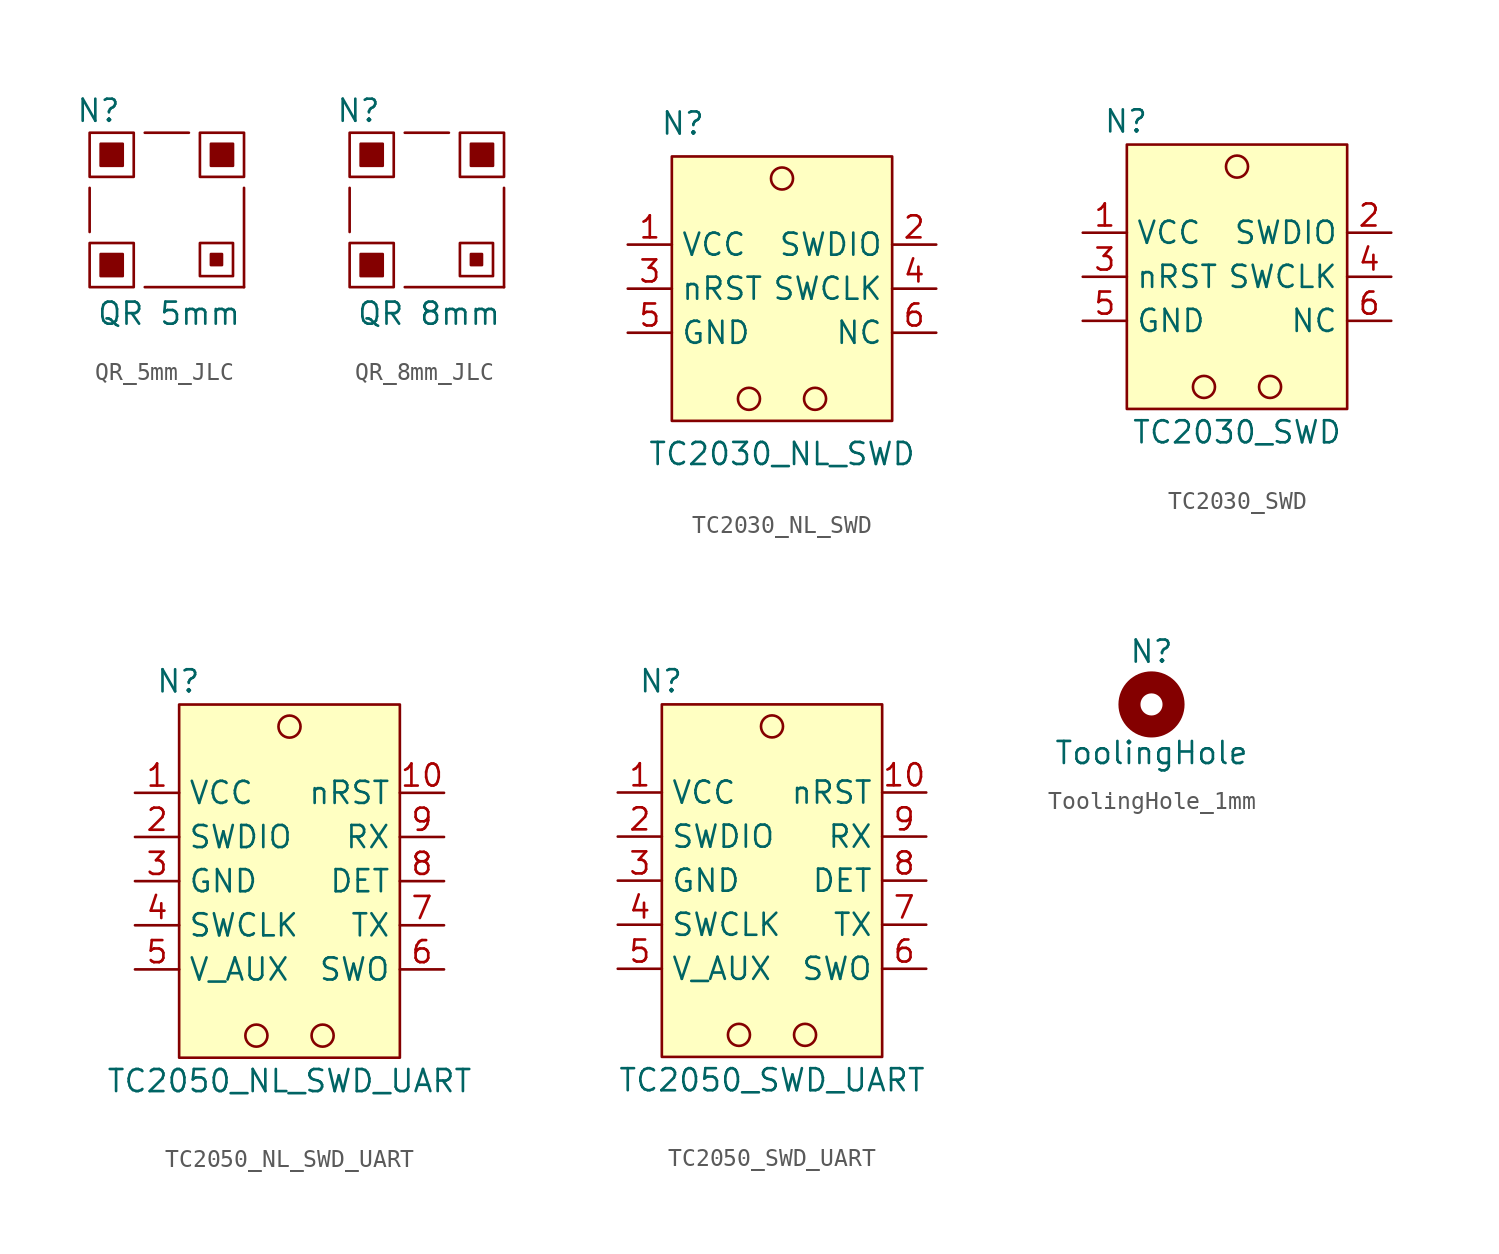
<source format=kicad_sym>
(kicad_symbol_lib
  (version 20231120)
  (generator "kicad_symbol_editor")
  (generator_version "8.0")
  (symbol "QR_5mm_JLC"
    (property "Reference" "N"
      (at 0.508 10.16 0)
      (effects (font (size 1.27 1.27))))
    (property "Value" "QR 5mm"
      (at 4.572 -1.524 0)
      (effects (font (size 1.27 1.27))))
    (symbol "QR_5mm_JLC_0_1"
      (rectangle (start 0 2.54) (end 2.54 0) (stroke (width 0) (type default)) (fill (type none)))
      (rectangle (start 0 8.89) (end 2.54 6.35) (stroke (width 0) (type default)) (fill (type none)))
      (rectangle (start 6.35 2.54) (end 8.255 0.635) (stroke (width 0) (type default)) (fill (type none)))
      (rectangle (start 6.35 8.89) (end 8.89 6.35) (stroke (width 0) (type default)) (fill (type none))))
    (symbol "QR_5mm_JLC_1_1"
      (polyline (pts (xy 0 5.715) (xy 0 3.175)) (stroke (width 0) (type default)) (fill (type none)))
      (polyline (pts (xy 3.175 8.89) (xy 5.715 8.89)) (stroke (width 0) (type default)) (fill (type none)))
      (polyline (pts (xy 8.89 0) (xy 3.175 0)) (stroke (width 0) (type default)) (fill (type none)))
      (polyline (pts (xy 8.89 5.715) (xy 8.89 0)) (stroke (width 0) (type default)) (fill (type none)))
      (rectangle (start 0.635 1.905) (end 1.905 0.635) (stroke (width 0) (type default)) (fill (type outline)))
      (rectangle (start 0.635 8.255) (end 1.905 6.985) (stroke (width 0) (type default)) (fill (type outline)))
      (rectangle (start 6.985 1.905) (end 7.62 1.27) (stroke (width 0) (type default)) (fill (type outline)))
      (rectangle (start 6.985 8.255) (end 8.255 6.985) (stroke (width 0) (type default)) (fill (type outline)))))
  (symbol "QR_8mm_JLC"
    (property "Reference" "N"
      (at 0.508 10.16 0)
      (effects (font (size 1.27 1.27))))
    (property "Value" "QR 8mm"
      (at 4.572 -1.524 0)
      (effects (font (size 1.27 1.27))))
    (symbol "QR_8mm_JLC_0_1"
      (rectangle (start 0 2.54) (end 2.54 0) (stroke (width 0) (type default)) (fill (type none)))
      (rectangle (start 0 8.89) (end 2.54 6.35) (stroke (width 0) (type default)) (fill (type none)))
      (rectangle (start 6.35 2.54) (end 8.255 0.635) (stroke (width 0) (type default)) (fill (type none)))
      (rectangle (start 6.35 8.89) (end 8.89 6.35) (stroke (width 0) (type default)) (fill (type none))))
    (symbol "QR_8mm_JLC_1_1"
      (polyline (pts (xy 0 5.715) (xy 0 3.175)) (stroke (width 0) (type default)) (fill (type none)))
      (polyline (pts (xy 3.175 8.89) (xy 5.715 8.89)) (stroke (width 0) (type default)) (fill (type none)))
      (polyline (pts (xy 8.89 0) (xy 3.175 0)) (stroke (width 0) (type default)) (fill (type none)))
      (polyline (pts (xy 8.89 5.715) (xy 8.89 0)) (stroke (width 0) (type default)) (fill (type none)))
      (rectangle (start 0.635 1.905) (end 1.905 0.635) (stroke (width 0) (type default)) (fill (type outline)))
      (rectangle (start 0.635 8.255) (end 1.905 6.985) (stroke (width 0) (type default)) (fill (type outline)))
      (rectangle (start 6.985 1.905) (end 7.62 1.27) (stroke (width 0) (type default)) (fill (type outline)))
      (rectangle (start 6.985 8.255) (end 8.255 6.985) (stroke (width 0) (type default)) (fill (type outline)))))
  (symbol "TC2030_NL_SWD"
    (property "Reference" "N"
      (at -5.715 9.525 0)
      (effects (font (size 1.27 1.27))))
    (property "Value" "TC2030_NL_SWD"
      (at 0 -9.525 0)
      (effects (font (size 1.27 1.27))))
    (symbol "TC2030_NL_SWD_0_1"
      (rectangle (start -6.35 7.62) (end 6.35 -7.62) (stroke (width 0.152) (type default)) (fill (type background)))
      (circle (center -1.905 -6.35) (radius 0.635) (stroke (width 0.152) (type default)) (fill (type none)))
      (circle (center 0 6.35) (radius 0.635) (stroke (width 0.152) (type default)) (fill (type none)))
      (circle (center 1.905 -6.35) (radius 0.635) (stroke (width 0.152) (type default)) (fill (type none))))
    (symbol "TC2030_NL_SWD_1_1"
      (pin power_in line (at -8.89 2.54 0) (length 2.54) (name "VCC" (effects (font (size 1.27 1.27)))) (number "1" (effects (font (size 1.27 1.27)))))
      (pin bidirectional line (at 8.89 2.54 180) (length 2.54) (name "SWDIO" (effects (font (size 1.27 1.27)))) (number "2" (effects (font (size 1.27 1.27)))))
      (pin output line (at -8.89 0 0) (length 2.54) (name "nRST" (effects (font (size 1.27 1.27)))) (number "3" (effects (font (size 1.27 1.27)))))
      (pin bidirectional line (at 8.89 0 180) (length 2.54) (name "SWCLK" (effects (font (size 1.27 1.27)))) (number "4" (effects (font (size 1.27 1.27)))))
      (pin power_in line (at -8.89 -2.54 0) (length 2.54) (name "GND" (effects (font (size 1.27 1.27)))) (number "5" (effects (font (size 1.27 1.27)))))
      (pin free line (at 8.89 -2.54 180) (length 2.54) (name "NC" (effects (font (size 1.27 1.27)))) (number "6" (effects (font (size 1.27 1.27)))))))
  (symbol "TC2030_SWD"
    (property "Reference" "N"
      (at -6.4 8.96 0)
      (effects (font (size 1.27 1.27))))
    (property "Value" "TC2030_SWD"
      (at 0 -8.96 0)
      (effects (font (size 1.27 1.27))))
    (symbol "TC2030_SWD_0_1"
      (rectangle (start -6.35 7.62) (end 6.35 -7.62) (stroke (width 0.152) (type default)) (fill (type background)))
      (circle (center -1.905 -6.35) (radius 0.635) (stroke (width 0.152) (type default)) (fill (type none)))
      (circle (center 0 6.35) (radius 0.635) (stroke (width 0.152) (type default)) (fill (type none)))
      (circle (center 1.905 -6.35) (radius 0.635) (stroke (width 0.152) (type default)) (fill (type none))))
    (symbol "TC2030_SWD_1_1"
      (pin power_in line (at -8.89 2.54 0) (length 2.54) (name "VCC" (effects (font (size 1.27 1.27)))) (number "1" (effects (font (size 1.27 1.27)))))
      (pin bidirectional line (at 8.89 2.54 180) (length 2.54) (name "SWDIO" (effects (font (size 1.27 1.27)))) (number "2" (effects (font (size 1.27 1.27)))))
      (pin output line (at -8.89 0 0) (length 2.54) (name "nRST" (effects (font (size 1.27 1.27)))) (number "3" (effects (font (size 1.27 1.27)))))
      (pin bidirectional line (at 8.89 0 180) (length 2.54) (name "SWCLK" (effects (font (size 1.27 1.27)))) (number "4" (effects (font (size 1.27 1.27)))))
      (pin power_in line (at -8.89 -2.54 0) (length 2.54) (name "GND" (effects (font (size 1.27 1.27)))) (number "5" (effects (font (size 1.27 1.27)))))
      (pin free line (at 8.89 -2.54 180) (length 2.54) (name "NC" (effects (font (size 1.27 1.27)))) (number "6" (effects (font (size 1.27 1.27)))))))
  (symbol "TC2050_NL_SWD_UART"
    (property "Reference" "N"
      (at -6.4 11.5 0)
      (effects (font (size 1.27 1.27))))
    (property "Value" "TC2050_NL_SWD_UART"
      (at 0 -11.5 0)
      (effects (font (size 1.27 1.27))))
    (symbol "TC2050_NL_SWD_UART_0_1"
      (rectangle (start -6.35 10.16) (end 6.35 -10.16) (stroke (width 0.152) (type default)) (fill (type background)))
      (circle (center -1.905 -8.89) (radius 0.635) (stroke (width 0.152) (type default)) (fill (type none)))
      (circle (center 0 8.89) (radius 0.635) (stroke (width 0.152) (type default)) (fill (type none)))
      (circle (center 1.905 -8.89) (radius 0.635) (stroke (width 0.152) (type default)) (fill (type none))))
    (symbol "TC2050_NL_SWD_UART_1_1"
      (pin power_in line (at -8.89 5.08 0) (length 2.54) (name "VCC" (effects (font (size 1.27 1.27)))) (number "1" (effects (font (size 1.27 1.27)))))
      (pin output line (at 8.89 5.08 180) (length 2.54) (name "nRST" (effects (font (size 1.27 1.27)))) (number "10" (effects (font (size 1.27 1.27)))))
      (pin bidirectional line (at -8.89 2.54 0) (length 2.54) (name "SWDIO" (effects (font (size 1.27 1.27)))) (number "2" (effects (font (size 1.27 1.27)))))
      (pin power_in line (at -8.89 0 0) (length 2.54) (name "GND" (effects (font (size 1.27 1.27)))) (number "3" (effects (font (size 1.27 1.27)))))
      (pin bidirectional line (at -8.89 -2.54 0) (length 2.54) (name "SWCLK" (effects (font (size 1.27 1.27)))) (number "4" (effects (font (size 1.27 1.27)))))
      (pin power_out line (at -8.89 -5.08 0) (length 2.54) (name "V_AUX" (effects (font (size 1.27 1.27)))) (number "5" (effects (font (size 1.27 1.27)))))
      (pin bidirectional line (at 8.89 -5.08 180) (length 2.54) (name "SWO" (effects (font (size 1.27 1.27)))) (number "6" (effects (font (size 1.27 1.27)))))
      (pin output line (at 8.89 -2.54 180) (length 2.54) (name "TX" (effects (font (size 1.27 1.27)))) (number "7" (effects (font (size 1.27 1.27)))))
      (pin output line (at 8.89 0 180) (length 2.54) (name "DET" (effects (font (size 1.27 1.27)))) (number "8" (effects (font (size 1.27 1.27)))))
      (pin input line (at 8.89 2.54 180) (length 2.54) (name "RX" (effects (font (size 1.27 1.27)))) (number "9" (effects (font (size 1.27 1.27)))))))
  (symbol "TC2050_SWD_UART"
    (property "Reference" "N"
      (at -6.4 11.5 0)
      (effects (font (size 1.27 1.27))))
    (property "Value" "TC2050_SWD_UART"
      (at 0 -11.5 0)
      (effects (font (size 1.27 1.27))))
    (symbol "TC2050_SWD_UART_0_1"
      (rectangle (start -6.35 10.16) (end 6.35 -10.16) (stroke (width 0.152) (type default)) (fill (type background)))
      (circle (center -1.905 -8.89) (radius 0.635) (stroke (width 0.152) (type default)) (fill (type none)))
      (circle (center 0 8.89) (radius 0.635) (stroke (width 0.152) (type default)) (fill (type none)))
      (circle (center 1.905 -8.89) (radius 0.635) (stroke (width 0.152) (type default)) (fill (type none))))
    (symbol "TC2050_SWD_UART_1_1"
      (pin power_in line (at -8.89 5.08 0) (length 2.54) (name "VCC" (effects (font (size 1.27 1.27)))) (number "1" (effects (font (size 1.27 1.27)))))
      (pin output line (at 8.89 5.08 180) (length 2.54) (name "nRST" (effects (font (size 1.27 1.27)))) (number "10" (effects (font (size 1.27 1.27)))))
      (pin bidirectional line (at -8.89 2.54 0) (length 2.54) (name "SWDIO" (effects (font (size 1.27 1.27)))) (number "2" (effects (font (size 1.27 1.27)))))
      (pin power_in line (at -8.89 0 0) (length 2.54) (name "GND" (effects (font (size 1.27 1.27)))) (number "3" (effects (font (size 1.27 1.27)))))
      (pin bidirectional line (at -8.89 -2.54 0) (length 2.54) (name "SWCLK" (effects (font (size 1.27 1.27)))) (number "4" (effects (font (size 1.27 1.27)))))
      (pin power_out line (at -8.89 -5.08 0) (length 2.54) (name "V_AUX" (effects (font (size 1.27 1.27)))) (number "5" (effects (font (size 1.27 1.27)))))
      (pin bidirectional line (at 8.89 -5.08 180) (length 2.54) (name "SWO" (effects (font (size 1.27 1.27)))) (number "6" (effects (font (size 1.27 1.27)))))
      (pin output line (at 8.89 -2.54 180) (length 2.54) (name "TX" (effects (font (size 1.27 1.27)))) (number "7" (effects (font (size 1.27 1.27)))))
      (pin output line (at 8.89 0 180) (length 2.54) (name "DET" (effects (font (size 1.27 1.27)))) (number "8" (effects (font (size 1.27 1.27)))))
      (pin input line (at 8.89 2.54 180) (length 2.54) (name "RX" (effects (font (size 1.27 1.27)))) (number "9" (effects (font (size 1.27 1.27)))))))
  (symbol "ToolingHole_1mm"
    (property "Reference" "N"
      (at 0 3.048 0)
      (effects (font (size 1.27 1.27))))
    (property "Value" "ToolingHole"
      (at 0 -2.794 0)
      (effects (font (size 1.27 1.27))))
    (symbol "ToolingHole_1mm_1_1"
      (circle (center 0 0) (radius 1.27) (stroke (width 1.27) (type default)) (fill (type none))))))
</source>
